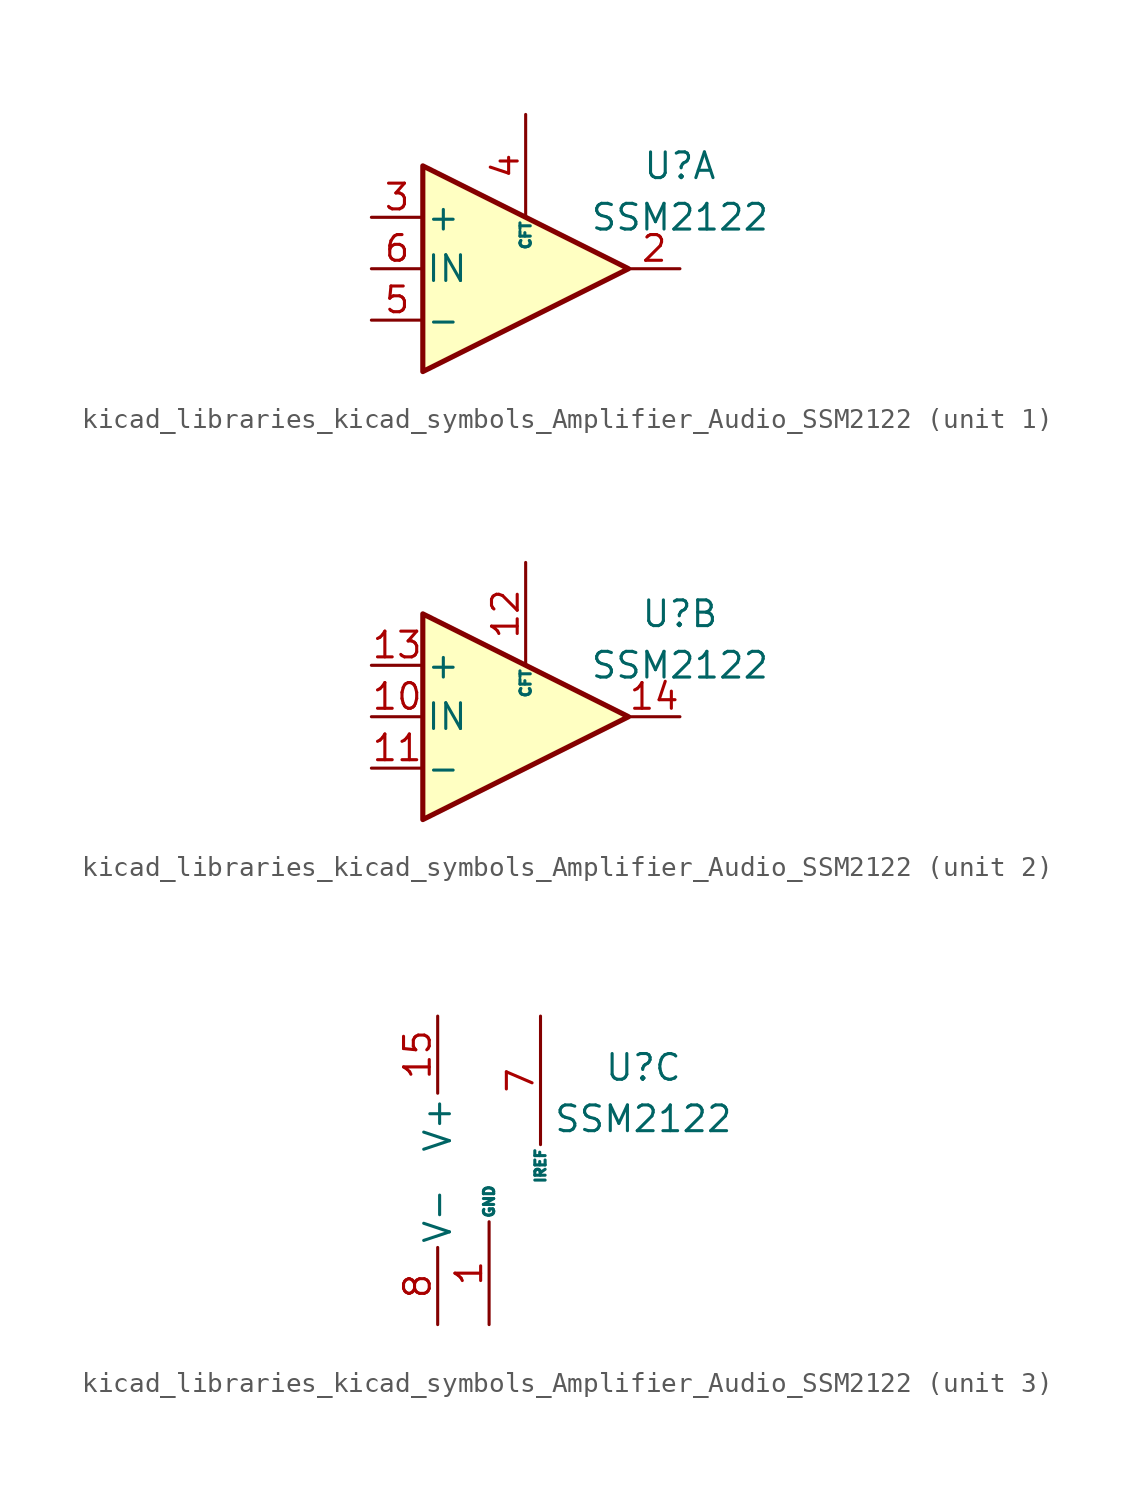
<source format=kicad_sym>
(kicad_symbol_lib
  (version 20220914)
  (generator kicad_symbol_editor)
  (symbol "kicad_libraries_kicad_symbols_Amplifier_Audio_SSM2122"
    (pin_names
      (offset 0.127))
    (property "Reference" "U"
      (at 7.62 5.08 0)
      (effects (font (size 1.27 1.27))))
    (property "Value" "SSM2122"
      (at 7.62 2.54 0)
      (effects (font (size 1.27 1.27))))
    (property "ki_locked" ""
      (at 0 0 0)
      (effects (font (size 1.27 1.27))))
    (symbol "kicad_libraries_kicad_symbols_Amplifier_Audio_SSM2122_1_1"
      (polyline (pts (xy -5.08 5.08) (xy 5.08 0) (xy -5.08 -5.08) (xy -5.08 5.08)) (stroke (width 0.254) (type default)) (fill (type background)))
      (pin output line (at 7.62 0 180) (length 2.54) (name "~" (effects (font (size 1.27 1.27)))) (number "2" (effects (font (size 1.27 1.27)))))
      (pin input line (at -7.62 2.54 0) (length 2.54) (name "+" (effects (font (size 1.27 1.27)))) (number "3" (effects (font (size 1.27 1.27)))))
      (pin input line (at 0 7.62 270) (length 5.08) (name "CFT" (effects (font (size 0.508 0.508)))) (number "4" (effects (font (size 1.27 1.27)))))
      (pin input line (at -7.62 -2.54 0) (length 2.54) (name "-" (effects (font (size 1.27 1.27)))) (number "5" (effects (font (size 1.27 1.27)))))
      (pin input line (at -7.62 0 0) (length 2.54) (name "IN" (effects (font (size 1.27 1.27)))) (number "6" (effects (font (size 1.27 1.27))))))
    (symbol "kicad_libraries_kicad_symbols_Amplifier_Audio_SSM2122_2_1"
      (polyline (pts (xy -5.08 5.08) (xy 5.08 0) (xy -5.08 -5.08) (xy -5.08 5.08)) (stroke (width 0.254) (type default)) (fill (type background)))
      (pin input line (at -7.62 0 0) (length 2.54) (name "IN" (effects (font (size 1.27 1.27)))) (number "10" (effects (font (size 1.27 1.27)))))
      (pin input line (at -7.62 -2.54 0) (length 2.54) (name "-" (effects (font (size 1.27 1.27)))) (number "11" (effects (font (size 1.27 1.27)))))
      (pin input line (at 0 7.62 270) (length 5.08) (name "CFT" (effects (font (size 0.508 0.508)))) (number "12" (effects (font (size 1.27 1.27)))))
      (pin input line (at -7.62 2.54 0) (length 2.54) (name "+" (effects (font (size 1.27 1.27)))) (number "13" (effects (font (size 1.27 1.27)))))
      (pin output line (at 7.62 0 180) (length 2.54) (name "~" (effects (font (size 1.27 1.27)))) (number "14" (effects (font (size 1.27 1.27))))))
    (symbol "kicad_libraries_kicad_symbols_Amplifier_Audio_SSM2122_3_0"
      (pin power_in line (at 0 -7.62 90) (length 5.08) (name "GND" (effects (font (size 0.508 0.508)))) (number "1" (effects (font (size 1.27 1.27)))))
      (pin power_in line (at -2.54 7.62 270) (length 3.81) (name "V+" (effects (font (size 1.27 1.27)))) (number "15" (effects (font (size 1.27 1.27)))))
      (pin passive line (at 0 -7.62 90) (length 5.08) hide (name "GND" (effects (font (size 0.508 0.508)))) (number "16" (effects (font (size 1.27 1.27)))))
      (pin input line (at 2.54 7.62 270) (length 6.35) (name "IREF" (effects (font (size 0.508 0.508)))) (number "7" (effects (font (size 1.27 1.27)))))
      (pin power_in line (at -2.54 -7.62 90) (length 3.81) (name "V-" (effects (font (size 1.27 1.27)))) (number "8" (effects (font (size 1.27 1.27)))))
      (pin passive line (at 0 -7.62 90) (length 5.08) hide (name "GND" (effects (font (size 0.508 0.508)))) (number "9" (effects (font (size 1.27 1.27))))))))
</source>
